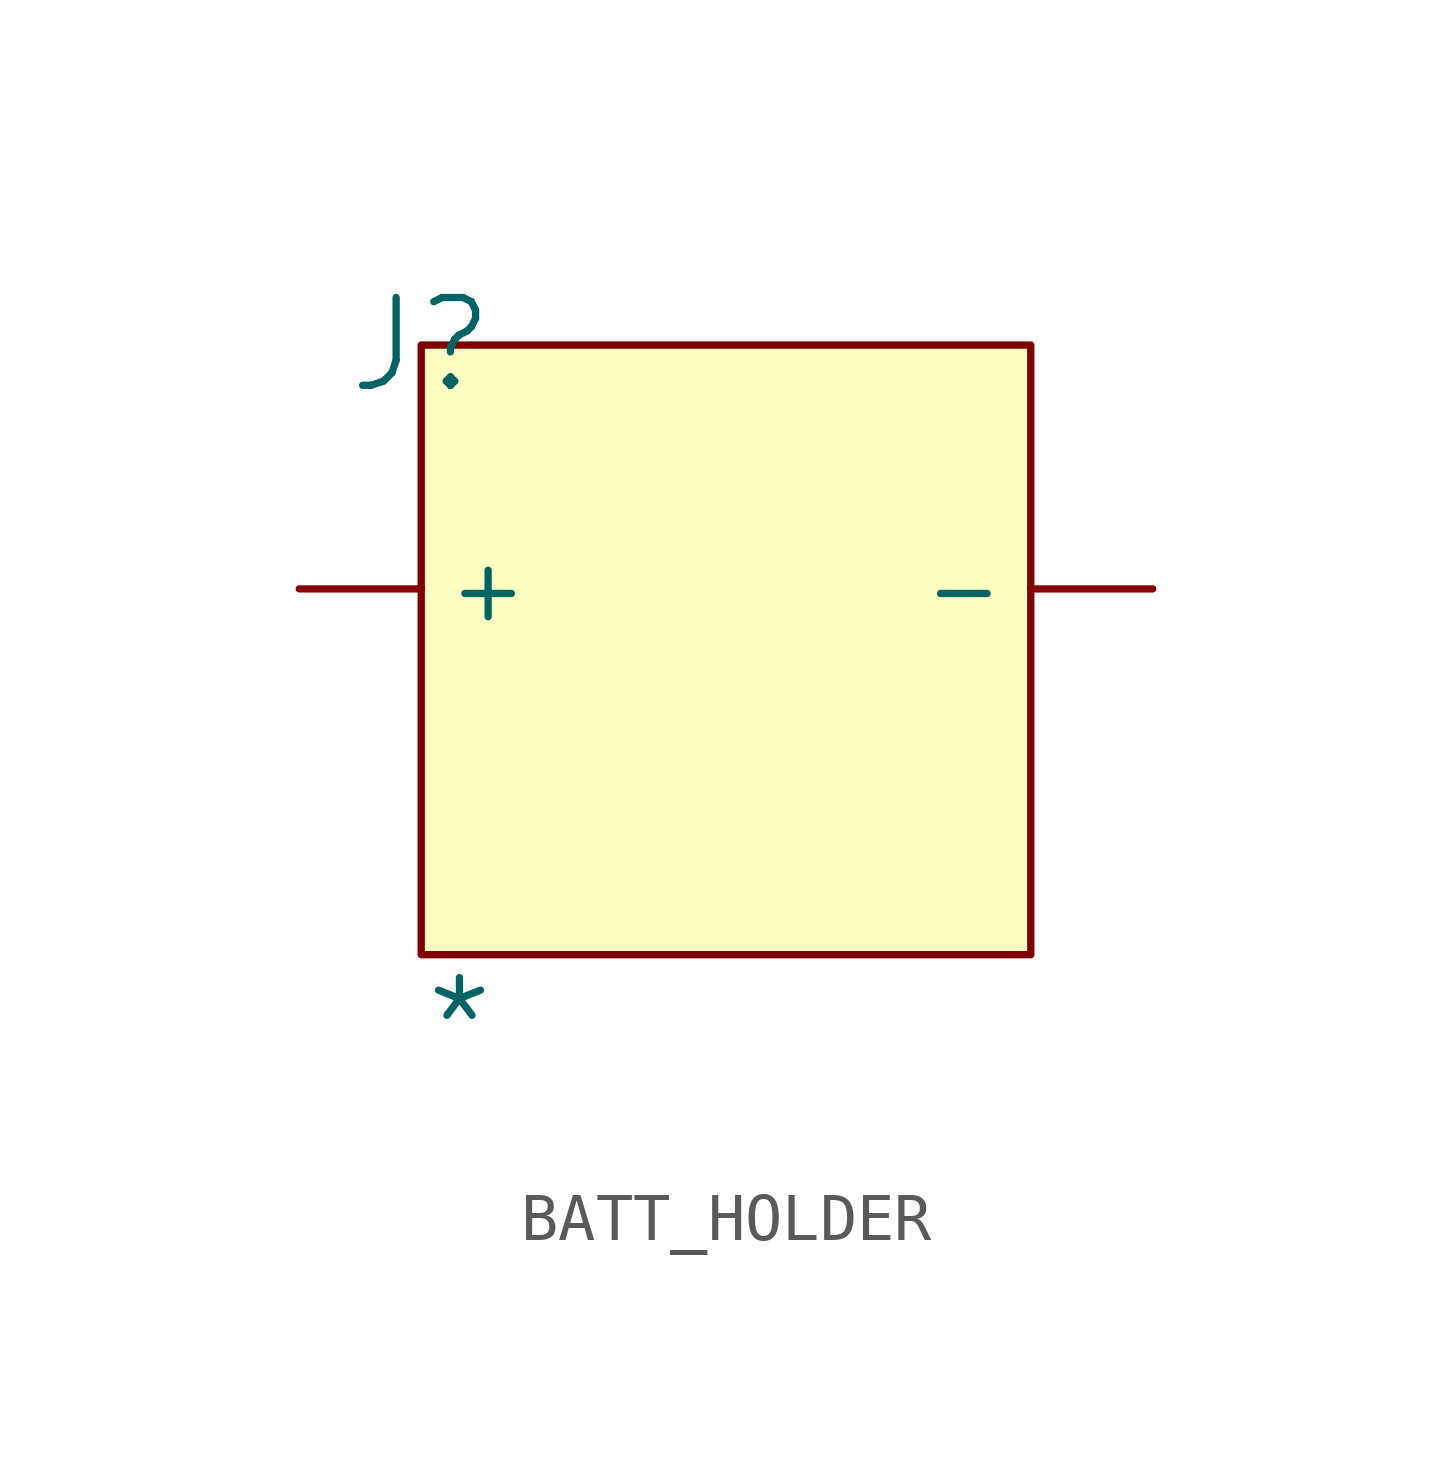
<source format=kicad_sym>
(kicad_symbol_lib
  (version 20241209)
  (generator "kicad_symbol_editor")
  (generator_version "9.0")
  (symbol "BATT_HOLDER"
    (pin_numbers
      (hide yes))
    (property "Reference" "J"
      (at 0 0 0)
      (effects (font (size 1.829 1.829))))
    (property "Value" "*"
      (at 0 -15.24 0)
      (effects (font (size 1.829 1.829)) (justify left bottom)))
    (symbol "BATT_HOLDER_1_0"
      (rectangle (start 12.7 0) (end 0 -12.7) (stroke (width 0) (type solid) (color 128 0 0 1)) (fill (type background)))
      (pin passive line (at -2.54 -5.08 0) (length 2.54) (name "+" (effects (font (size 1.27 1.27)))) (number "P" (effects (font (size 1.27 1.27)))))
      (pin passive line (at 15.24 -5.08 180) (length 2.54) (name "-" (effects (font (size 1.27 1.27)))) (number "N" (effects (font (size 1.27 1.27))))))))
</source>
